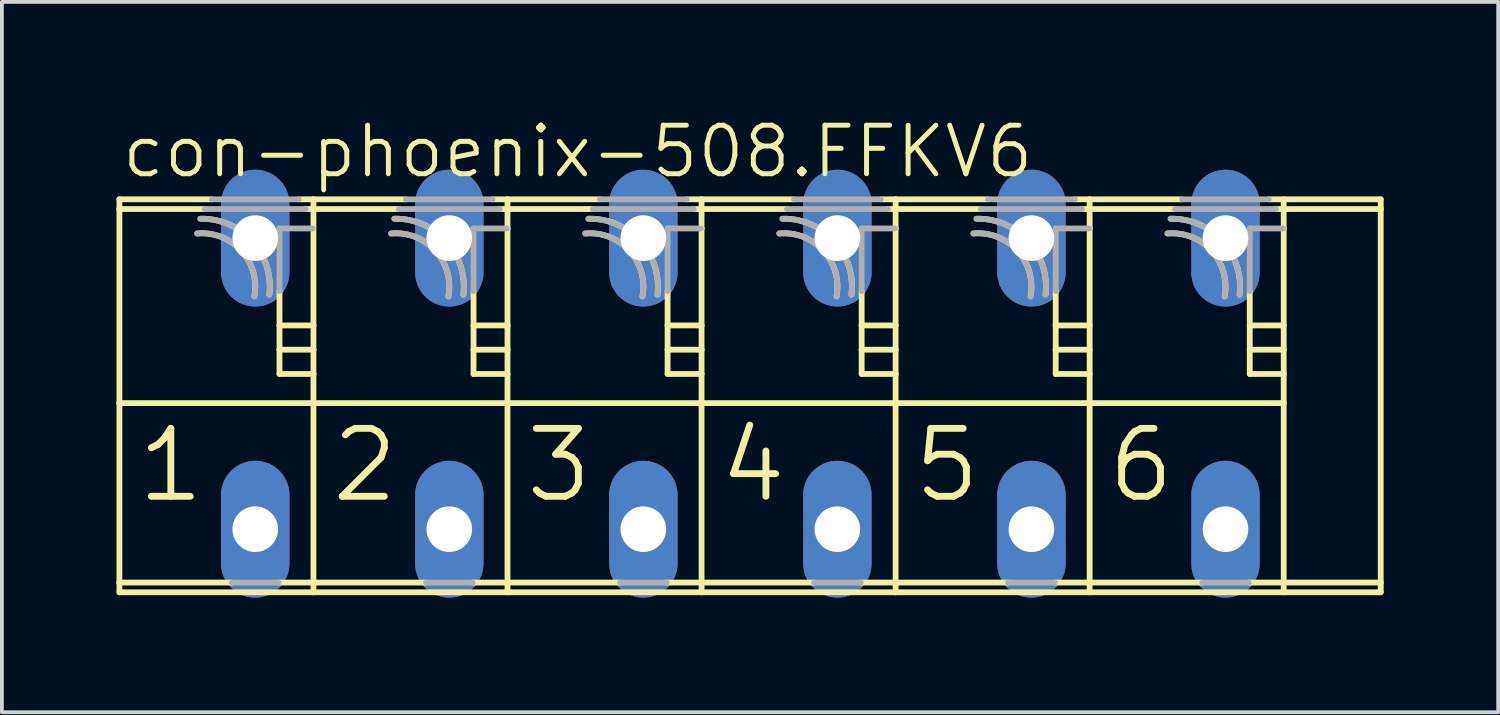
<source format=kicad_pcb>
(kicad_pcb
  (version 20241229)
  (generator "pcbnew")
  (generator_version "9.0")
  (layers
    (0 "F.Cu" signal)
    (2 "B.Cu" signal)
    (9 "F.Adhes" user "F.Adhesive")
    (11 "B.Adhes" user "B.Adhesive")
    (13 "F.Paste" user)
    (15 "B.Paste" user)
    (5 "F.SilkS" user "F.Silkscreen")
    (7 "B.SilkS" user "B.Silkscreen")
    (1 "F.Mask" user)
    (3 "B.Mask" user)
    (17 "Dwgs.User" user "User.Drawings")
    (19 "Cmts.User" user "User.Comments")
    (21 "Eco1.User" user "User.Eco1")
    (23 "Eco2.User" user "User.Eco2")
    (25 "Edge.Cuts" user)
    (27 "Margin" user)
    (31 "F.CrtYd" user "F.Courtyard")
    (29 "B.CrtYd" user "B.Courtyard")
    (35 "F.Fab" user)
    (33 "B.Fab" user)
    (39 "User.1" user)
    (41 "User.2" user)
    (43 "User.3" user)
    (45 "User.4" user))
  (footprint "con-phoenix-508.FFKV6"
    (layer "F.Cu")
    (at 16.332 6.994)
    (property "Reference" "con-phoenix-508.FFKV6" (at -16.256 -5.334 0) (layer "F.SilkS") (effects (font (size 1.27 1.27) (thickness 0.13)) (justify left bottom)))
    (attr through_hole)
    (fp_line (start -16.256 -4.572) (end -16.256 -4.826) (stroke (width 0.152) (type default)) (layer "F.SilkS"))
    (fp_line (start -16.256 -4.572) (end -14.02 -4.572) (stroke (width 0.152) (type default)) (layer "F.SilkS"))
    (fp_line (start -16.256 0.508) (end -16.256 -4.572) (stroke (width 0.152) (type default)) (layer "F.SilkS"))
    (fp_line (start -16.256 0.508) (end -11.176 0.508) (stroke (width 0.152) (type default)) (layer "F.SilkS"))
    (fp_line (start -16.256 5.207) (end -16.256 0.508) (stroke (width 0.152) (type default)) (layer "F.SilkS"))
    (fp_line (start -16.256 5.207) (end -13.309 5.207) (stroke (width 0.152) (type default)) (layer "F.SilkS"))
    (fp_line (start -16.256 5.461) (end -16.256 5.207) (stroke (width 0.152) (type default)) (layer "F.SilkS"))
    (fp_line (start -13.836 -4.826) (end -16.256 -4.826) (stroke (width 0.152) (type default)) (layer "F.SilkS"))
    (fp_line (start -12.091 5.207) (end -11.176 5.207) (stroke (width 0.152) (type default)) (layer "F.SilkS"))
    (fp_line (start -12.065 -1.524) (end -12.065 -2.425) (stroke (width 0.152) (type default)) (layer "F.SilkS"))
    (fp_line (start -12.065 -0.889) (end -12.065 -1.524) (stroke (width 0.152) (type default)) (layer "F.SilkS"))
    (fp_line (start -12.065 -0.254) (end -12.065 -0.889) (stroke (width 0.152) (type default)) (layer "F.SilkS"))
    (fp_line (start -11.38 -4.572) (end -11.176 -4.572) (stroke (width 0.152) (type default)) (layer "F.SilkS"))
    (fp_line (start -11.176 -4.826) (end -11.564 -4.826) (stroke (width 0.152) (type default)) (layer "F.SilkS"))
    (fp_line (start -11.176 -4.572) (end -11.176 -4.826) (stroke (width 0.152) (type default)) (layer "F.SilkS"))
    (fp_line (start -11.176 -4.572) (end -8.94 -4.572) (stroke (width 0.152) (type default)) (layer "F.SilkS"))
    (fp_line (start -11.176 -1.524) (end -12.065 -1.524) (stroke (width 0.152) (type default)) (layer "F.SilkS"))
    (fp_line (start -11.176 -1.524) (end -11.176 -4.572) (stroke (width 0.152) (type default)) (layer "F.SilkS"))
    (fp_line (start -11.176 -0.889) (end -12.065 -0.889) (stroke (width 0.152) (type default)) (layer "F.SilkS"))
    (fp_line (start -11.176 -0.889) (end -11.176 -1.524) (stroke (width 0.152) (type default)) (layer "F.SilkS"))
    (fp_line (start -11.176 -0.254) (end -12.065 -0.254) (stroke (width 0.152) (type default)) (layer "F.SilkS"))
    (fp_line (start -11.176 -0.254) (end -11.176 -0.889) (stroke (width 0.152) (type default)) (layer "F.SilkS"))
    (fp_line (start -11.176 0.508) (end -11.176 -0.254) (stroke (width 0.152) (type default)) (layer "F.SilkS"))
    (fp_line (start -11.176 0.508) (end -6.096 0.508) (stroke (width 0.152) (type default)) (layer "F.SilkS"))
    (fp_line (start -11.176 5.207) (end -11.176 0.508) (stroke (width 0.152) (type default)) (layer "F.SilkS"))
    (fp_line (start -11.176 5.207) (end -8.229 5.207) (stroke (width 0.152) (type default)) (layer "F.SilkS"))
    (fp_line (start -11.176 5.461) (end -16.256 5.461) (stroke (width 0.152) (type default)) (layer "F.SilkS"))
    (fp_line (start -11.176 5.461) (end -11.176 5.207) (stroke (width 0.152) (type default)) (layer "F.SilkS"))
    (fp_line (start -8.756 -4.826) (end -11.176 -4.826) (stroke (width 0.152) (type default)) (layer "F.SilkS"))
    (fp_line (start -7.011 5.207) (end -6.096 5.207) (stroke (width 0.152) (type default)) (layer "F.SilkS"))
    (fp_line (start -6.985 -1.524) (end -6.985 -2.425) (stroke (width 0.152) (type default)) (layer "F.SilkS"))
    (fp_line (start -6.985 -0.889) (end -6.985 -1.524) (stroke (width 0.152) (type default)) (layer "F.SilkS"))
    (fp_line (start -6.985 -0.254) (end -6.985 -0.889) (stroke (width 0.152) (type default)) (layer "F.SilkS"))
    (fp_line (start -6.3 -4.572) (end -6.096 -4.572) (stroke (width 0.152) (type default)) (layer "F.SilkS"))
    (fp_line (start -6.117 -4.064) (end -6.096 -4.064) (stroke (width 0.152) (type default)) (layer "F.SilkS"))
    (fp_line (start -6.096 -4.826) (end -6.484 -4.826) (stroke (width 0.152) (type default)) (layer "F.SilkS"))
    (fp_line (start -6.096 -4.572) (end -6.096 -4.826) (stroke (width 0.152) (type default)) (layer "F.SilkS"))
    (fp_line (start -6.096 -4.572) (end -3.86 -4.572) (stroke (width 0.152) (type default)) (layer "F.SilkS"))
    (fp_line (start -6.096 -4.064) (end -6.096 -4.572) (stroke (width 0.152) (type default)) (layer "F.SilkS"))
    (fp_line (start -6.096 -1.524) (end -6.985 -1.524) (stroke (width 0.152) (type default)) (layer "F.SilkS"))
    (fp_line (start -6.096 -1.524) (end -6.096 -4.064) (stroke (width 0.152) (type default)) (layer "F.SilkS"))
    (fp_line (start -6.096 -0.889) (end -6.985 -0.889) (stroke (width 0.152) (type default)) (layer "F.SilkS"))
    (fp_line (start -6.096 -0.889) (end -6.096 -1.524) (stroke (width 0.152) (type default)) (layer "F.SilkS"))
    (fp_line (start -6.096 -0.254) (end -6.985 -0.254) (stroke (width 0.152) (type default)) (layer "F.SilkS"))
    (fp_line (start -6.096 -0.254) (end -6.096 -0.889) (stroke (width 0.152) (type default)) (layer "F.SilkS"))
    (fp_line (start -6.096 0.508) (end -6.096 -0.254) (stroke (width 0.152) (type default)) (layer "F.SilkS"))
    (fp_line (start -6.096 0.508) (end -1.016 0.508) (stroke (width 0.152) (type default)) (layer "F.SilkS"))
    (fp_line (start -6.096 5.207) (end -6.096 0.508) (stroke (width 0.152) (type default)) (layer "F.SilkS"))
    (fp_line (start -6.096 5.207) (end -3.149 5.207) (stroke (width 0.152) (type default)) (layer "F.SilkS"))
    (fp_line (start -6.096 5.461) (end -11.176 5.461) (stroke (width 0.152) (type default)) (layer "F.SilkS"))
    (fp_line (start -6.096 5.461) (end -6.096 5.207) (stroke (width 0.152) (type default)) (layer "F.SilkS"))
    (fp_line (start -3.676 -4.826) (end -6.096 -4.826) (stroke (width 0.152) (type default)) (layer "F.SilkS"))
    (fp_line (start -1.931 5.207) (end -1.016 5.207) (stroke (width 0.152) (type default)) (layer "F.SilkS"))
    (fp_line (start -1.905 -1.524) (end -1.905 -2.425) (stroke (width 0.152) (type default)) (layer "F.SilkS"))
    (fp_line (start -1.905 -0.889) (end -1.905 -1.524) (stroke (width 0.152) (type default)) (layer "F.SilkS"))
    (fp_line (start -1.905 -0.254) (end -1.905 -0.889) (stroke (width 0.152) (type default)) (layer "F.SilkS"))
    (fp_line (start -1.22 -4.572) (end -1.016 -4.572) (stroke (width 0.152) (type default)) (layer "F.SilkS"))
    (fp_line (start -1.037 -4.064) (end -1.016 -4.064) (stroke (width 0.152) (type default)) (layer "F.SilkS"))
    (fp_line (start -1.016 -4.826) (end -1.404 -4.826) (stroke (width 0.152) (type default)) (layer "F.SilkS"))
    (fp_line (start -1.016 -4.572) (end -1.016 -4.826) (stroke (width 0.152) (type default)) (layer "F.SilkS"))
    (fp_line (start -1.016 -4.572) (end 1.22 -4.572) (stroke (width 0.152) (type default)) (layer "F.SilkS"))
    (fp_line (start -1.016 -4.064) (end -1.016 -4.572) (stroke (width 0.152) (type default)) (layer "F.SilkS"))
    (fp_line (start -1.016 -1.524) (end -1.905 -1.524) (stroke (width 0.152) (type default)) (layer "F.SilkS"))
    (fp_line (start -1.016 -1.524) (end -1.016 -4.064) (stroke (width 0.152) (type default)) (layer "F.SilkS"))
    (fp_line (start -1.016 -0.889) (end -1.905 -0.889) (stroke (width 0.152) (type default)) (layer "F.SilkS"))
    (fp_line (start -1.016 -0.889) (end -1.016 -1.524) (stroke (width 0.152) (type default)) (layer "F.SilkS"))
    (fp_line (start -1.016 -0.254) (end -1.905 -0.254) (stroke (width 0.152) (type default)) (layer "F.SilkS"))
    (fp_line (start -1.016 -0.254) (end -1.016 -0.889) (stroke (width 0.152) (type default)) (layer "F.SilkS"))
    (fp_line (start -1.016 0.508) (end -1.016 -0.254) (stroke (width 0.152) (type default)) (layer "F.SilkS"))
    (fp_line (start -1.016 0.508) (end 4.064 0.508) (stroke (width 0.152) (type default)) (layer "F.SilkS"))
    (fp_line (start -1.016 5.207) (end -1.016 0.508) (stroke (width 0.152) (type default)) (layer "F.SilkS"))
    (fp_line (start -1.016 5.207) (end 1.931 5.207) (stroke (width 0.152) (type default)) (layer "F.SilkS"))
    (fp_line (start -1.016 5.461) (end -6.096 5.461) (stroke (width 0.152) (type default)) (layer "F.SilkS"))
    (fp_line (start -1.016 5.461) (end -1.016 5.207) (stroke (width 0.152) (type default)) (layer "F.SilkS"))
    (fp_line (start 1.404 -4.826) (end -1.016 -4.826) (stroke (width 0.152) (type default)) (layer "F.SilkS"))
    (fp_line (start 3.149 5.207) (end 4.064 5.207) (stroke (width 0.152) (type default)) (layer "F.SilkS"))
    (fp_line (start 3.175 -1.524) (end 3.175 -2.425) (stroke (width 0.152) (type default)) (layer "F.SilkS"))
    (fp_line (start 3.175 -0.889) (end 3.175 -1.524) (stroke (width 0.152) (type default)) (layer "F.SilkS"))
    (fp_line (start 3.175 -0.254) (end 3.175 -0.889) (stroke (width 0.152) (type default)) (layer "F.SilkS"))
    (fp_line (start 3.86 -4.572) (end 4.064 -4.572) (stroke (width 0.152) (type default)) (layer "F.SilkS"))
    (fp_line (start 4.043 -4.064) (end 4.064 -4.064) (stroke (width 0.152) (type default)) (layer "F.SilkS"))
    (fp_line (start 4.064 -4.826) (end 3.676 -4.826) (stroke (width 0.152) (type default)) (layer "F.SilkS"))
    (fp_line (start 4.064 -4.572) (end 4.064 -4.826) (stroke (width 0.152) (type default)) (layer "F.SilkS"))
    (fp_line (start 4.064 -4.572) (end 6.3 -4.572) (stroke (width 0.152) (type default)) (layer "F.SilkS"))
    (fp_line (start 4.064 -4.064) (end 4.064 -4.572) (stroke (width 0.152) (type default)) (layer "F.SilkS"))
    (fp_line (start 4.064 -1.524) (end 3.175 -1.524) (stroke (width 0.152) (type default)) (layer "F.SilkS"))
    (fp_line (start 4.064 -1.524) (end 4.064 -4.064) (stroke (width 0.152) (type default)) (layer "F.SilkS"))
    (fp_line (start 4.064 -0.889) (end 3.175 -0.889) (stroke (width 0.152) (type default)) (layer "F.SilkS"))
    (fp_line (start 4.064 -0.889) (end 4.064 -1.524) (stroke (width 0.152) (type default)) (layer "F.SilkS"))
    (fp_line (start 4.064 -0.254) (end 3.175 -0.254) (stroke (width 0.152) (type default)) (layer "F.SilkS"))
    (fp_line (start 4.064 -0.254) (end 4.064 -0.889) (stroke (width 0.152) (type default)) (layer "F.SilkS"))
    (fp_line (start 4.064 0.508) (end 4.064 -0.254) (stroke (width 0.152) (type default)) (layer "F.SilkS"))
    (fp_line (start 4.064 0.508) (end 9.144 0.508) (stroke (width 0.152) (type default)) (layer "F.SilkS"))
    (fp_line (start 4.064 5.207) (end 4.064 0.508) (stroke (width 0.152) (type default)) (layer "F.SilkS"))
    (fp_line (start 4.064 5.207) (end 7.011 5.207) (stroke (width 0.152) (type default)) (layer "F.SilkS"))
    (fp_line (start 4.064 5.461) (end -1.016 5.461) (stroke (width 0.152) (type default)) (layer "F.SilkS"))
    (fp_line (start 4.064 5.461) (end 4.064 5.207) (stroke (width 0.152) (type default)) (layer "F.SilkS"))
    (fp_line (start 6.484 -4.826) (end 4.064 -4.826) (stroke (width 0.152) (type default)) (layer "F.SilkS"))
    (fp_line (start 8.229 5.207) (end 9.144 5.207) (stroke (width 0.152) (type default)) (layer "F.SilkS"))
    (fp_line (start 8.255 -1.524) (end 8.255 -2.425) (stroke (width 0.152) (type default)) (layer "F.SilkS"))
    (fp_line (start 8.255 -0.889) (end 8.255 -1.524) (stroke (width 0.152) (type default)) (layer "F.SilkS"))
    (fp_line (start 8.255 -0.254) (end 8.255 -0.889) (stroke (width 0.152) (type default)) (layer "F.SilkS"))
    (fp_line (start 8.94 -4.572) (end 9.144 -4.572) (stroke (width 0.152) (type default)) (layer "F.SilkS"))
    (fp_line (start 9.123 -4.064) (end 9.144 -4.064) (stroke (width 0.152) (type default)) (layer "F.SilkS"))
    (fp_line (start 9.144 -4.826) (end 8.756 -4.826) (stroke (width 0.152) (type default)) (layer "F.SilkS"))
    (fp_line (start 9.144 -4.572) (end 9.144 -4.826) (stroke (width 0.152) (type default)) (layer "F.SilkS"))
    (fp_line (start 9.144 -4.572) (end 11.38 -4.572) (stroke (width 0.152) (type default)) (layer "F.SilkS"))
    (fp_line (start 9.144 -4.064) (end 9.144 -4.572) (stroke (width 0.152) (type default)) (layer "F.SilkS"))
    (fp_line (start 9.144 -1.524) (end 8.255 -1.524) (stroke (width 0.152) (type default)) (layer "F.SilkS"))
    (fp_line (start 9.144 -0.889) (end 8.255 -0.889) (stroke (width 0.152) (type default)) (layer "F.SilkS"))
    (fp_line (start 9.144 -0.254) (end 8.255 -0.254) (stroke (width 0.152) (type default)) (layer "F.SilkS"))
    (fp_line (start 9.144 0.508) (end 9.144 -4.064) (stroke (width 0.152) (type default)) (layer "F.SilkS"))
    (fp_line (start 9.144 0.508) (end 14.224 0.508) (stroke (width 0.152) (type default)) (layer "F.SilkS"))
    (fp_line (start 9.144 5.207) (end 9.144 0.508) (stroke (width 0.152) (type default)) (layer "F.SilkS"))
    (fp_line (start 9.144 5.207) (end 12.091 5.207) (stroke (width 0.152) (type default)) (layer "F.SilkS"))
    (fp_line (start 9.144 5.461) (end 4.064 5.461) (stroke (width 0.152) (type default)) (layer "F.SilkS"))
    (fp_line (start 9.144 5.461) (end 9.144 5.207) (stroke (width 0.152) (type default)) (layer "F.SilkS"))
    (fp_line (start 11.564 -4.826) (end 9.144 -4.826) (stroke (width 0.152) (type default)) (layer "F.SilkS"))
    (fp_line (start 13.335 -1.524) (end 13.335 -2.425) (stroke (width 0.152) (type default)) (layer "F.SilkS"))
    (fp_line (start 13.335 -0.889) (end 13.335 -1.524) (stroke (width 0.152) (type default)) (layer "F.SilkS"))
    (fp_line (start 13.335 -0.254) (end 13.335 -0.889) (stroke (width 0.152) (type default)) (layer "F.SilkS"))
    (fp_line (start 14.203 -4.064) (end 14.224 -4.064) (stroke (width 0.152) (type default)) (layer "F.SilkS"))
    (fp_line (start 14.224 -4.064) (end 14.224 -4.826) (stroke (width 0.152) (type default)) (layer "F.SilkS"))
    (fp_line (start 14.224 -1.524) (end 13.335 -1.524) (stroke (width 0.152) (type default)) (layer "F.SilkS"))
    (fp_line (start 14.224 -1.524) (end 14.224 -4.064) (stroke (width 0.152) (type default)) (layer "F.SilkS"))
    (fp_line (start 14.224 -0.889) (end 13.335 -0.889) (stroke (width 0.152) (type default)) (layer "F.SilkS"))
    (fp_line (start 14.224 -0.889) (end 14.224 -1.524) (stroke (width 0.152) (type default)) (layer "F.SilkS"))
    (fp_line (start 14.224 -0.254) (end 13.335 -0.254) (stroke (width 0.152) (type default)) (layer "F.SilkS"))
    (fp_line (start 14.224 -0.254) (end 14.224 -0.889) (stroke (width 0.152) (type default)) (layer "F.SilkS"))
    (fp_line (start 14.224 0.508) (end 14.224 -0.254) (stroke (width 0.152) (type default)) (layer "F.SilkS"))
    (fp_line (start 14.224 5.461) (end 14.224 0.508) (stroke (width 0.152) (type default)) (layer "F.SilkS"))
    (fp_line (start 16.764 -4.826) (end 13.836 -4.826) (stroke (width 0.152) (type default)) (layer "F.SilkS"))
    (fp_line (start 16.764 -4.572) (end 14.02 -4.572) (stroke (width 0.152) (type default)) (layer "F.SilkS"))
    (fp_line (start 16.764 -4.572) (end 16.764 -4.826) (stroke (width 0.152) (type default)) (layer "F.SilkS"))
    (fp_line (start 16.764 5.207) (end 13.309 5.207) (stroke (width 0.152) (type default)) (layer "F.SilkS"))
    (fp_line (start 16.764 5.207) (end 16.764 -4.572) (stroke (width 0.152) (type default)) (layer "F.SilkS"))
    (fp_line (start 16.764 5.461) (end 9.144 5.461) (stroke (width 0.152) (type default)) (layer "F.SilkS"))
    (fp_line (start 16.764 5.461) (end 16.764 5.207) (stroke (width 0.152) (type default)) (layer "F.SilkS"))
    (fp_arc (start -14.2192 -3.9317) (mid -13.063175 -3.479821) (end -12.7228 -2.2862) (stroke (width 0.1524) (type default)) (layer "F.SilkS"))
    (fp_arc (start -14.1369 -4.3175) (mid -12.781183 -3.735951) (end -12.3308 -2.3312) (stroke (width 0.1524) (type default)) (layer "F.SilkS"))
    (fp_arc (start -9.1392 -3.9317) (mid -7.983175 -3.479821) (end -7.6428 -2.2862) (stroke (width 0.1524) (type default)) (layer "F.SilkS"))
    (fp_arc (start -9.0569 -4.3175) (mid -7.701183 -3.735951) (end -7.2508 -2.3312) (stroke (width 0.1524) (type default)) (layer "F.SilkS"))
    (fp_arc (start -4.0592 -3.9317) (mid -2.903175 -3.479821) (end -2.5628 -2.2862) (stroke (width 0.1524) (type default)) (layer "F.SilkS"))
    (fp_arc (start -3.9769 -4.3175) (mid -2.621183 -3.735951) (end -2.1708 -2.3312) (stroke (width 0.1524) (type default)) (layer "F.SilkS"))
    (fp_arc (start 1.0208 -3.9317) (mid 2.176825 -3.479821) (end 2.5172 -2.2862) (stroke (width 0.1524) (type default)) (layer "F.SilkS"))
    (fp_arc (start 1.1031 -4.3175) (mid 2.458817 -3.735951) (end 2.9092 -2.3312) (stroke (width 0.1524) (type default)) (layer "F.SilkS"))
    (fp_arc (start 6.1008 -3.9317) (mid 7.256825 -3.479821) (end 7.5972 -2.2862) (stroke (width 0.1524) (type default)) (layer "F.SilkS"))
    (fp_arc (start 6.1831 -4.3175) (mid 7.538817 -3.735951) (end 7.9892 -2.3312) (stroke (width 0.1524) (type default)) (layer "F.SilkS"))
    (fp_arc (start 11.1808 -3.9317) (mid 12.336825 -3.479821) (end 12.6772 -2.2862) (stroke (width 0.1524) (type default)) (layer "F.SilkS"))
    (fp_arc (start 11.2631 -4.3175) (mid 12.618817 -3.735951) (end 13.0692 -2.3312) (stroke (width 0.1524) (type default)) (layer "F.SilkS"))
    (fp_line (start -14.02 -4.572) (end -11.38 -4.572) (stroke (width 0.152) (type default)) (layer "F.Fab"))
    (fp_line (start -13.309 5.207) (end -12.091 5.207) (stroke (width 0.152) (type default)) (layer "F.Fab"))
    (fp_line (start -12.065 -4.064) (end -11.197 -4.064) (stroke (width 0.152) (type default)) (layer "F.Fab"))
    (fp_line (start -12.065 -2.425) (end -12.065 -4.064) (stroke (width 0.152) (type default)) (layer "F.Fab"))
    (fp_line (start -11.564 -4.826) (end -13.836 -4.826) (stroke (width 0.152) (type default)) (layer "F.Fab"))
    (fp_line (start -8.94 -4.572) (end -6.3 -4.572) (stroke (width 0.152) (type default)) (layer "F.Fab"))
    (fp_line (start -8.229 5.207) (end -7.011 5.207) (stroke (width 0.152) (type default)) (layer "F.Fab"))
    (fp_line (start -6.985 -4.064) (end -6.117 -4.064) (stroke (width 0.152) (type default)) (layer "F.Fab"))
    (fp_line (start -6.985 -2.425) (end -6.985 -4.064) (stroke (width 0.152) (type default)) (layer "F.Fab"))
    (fp_line (start -6.484 -4.826) (end -8.756 -4.826) (stroke (width 0.152) (type default)) (layer "F.Fab"))
    (fp_line (start -3.86 -4.572) (end -1.22 -4.572) (stroke (width 0.152) (type default)) (layer "F.Fab"))
    (fp_line (start -3.149 5.207) (end -1.931 5.207) (stroke (width 0.152) (type default)) (layer "F.Fab"))
    (fp_line (start -1.905 -4.064) (end -1.037 -4.064) (stroke (width 0.152) (type default)) (layer "F.Fab"))
    (fp_line (start -1.905 -2.425) (end -1.905 -4.064) (stroke (width 0.152) (type default)) (layer "F.Fab"))
    (fp_line (start -1.404 -4.826) (end -3.676 -4.826) (stroke (width 0.152) (type default)) (layer "F.Fab"))
    (fp_line (start 1.22 -4.572) (end 3.86 -4.572) (stroke (width 0.152) (type default)) (layer "F.Fab"))
    (fp_line (start 1.931 5.207) (end 3.149 5.207) (stroke (width 0.152) (type default)) (layer "F.Fab"))
    (fp_line (start 3.175 -4.064) (end 4.043 -4.064) (stroke (width 0.152) (type default)) (layer "F.Fab"))
    (fp_line (start 3.175 -2.425) (end 3.175 -4.064) (stroke (width 0.152) (type default)) (layer "F.Fab"))
    (fp_line (start 3.676 -4.826) (end 1.404 -4.826) (stroke (width 0.152) (type default)) (layer "F.Fab"))
    (fp_line (start 6.3 -4.572) (end 8.94 -4.572) (stroke (width 0.152) (type default)) (layer "F.Fab"))
    (fp_line (start 7.011 5.207) (end 8.229 5.207) (stroke (width 0.152) (type default)) (layer "F.Fab"))
    (fp_line (start 8.255 -4.064) (end 9.123 -4.064) (stroke (width 0.152) (type default)) (layer "F.Fab"))
    (fp_line (start 8.255 -2.425) (end 8.255 -4.064) (stroke (width 0.152) (type default)) (layer "F.Fab"))
    (fp_line (start 8.756 -4.826) (end 6.484 -4.826) (stroke (width 0.152) (type default)) (layer "F.Fab"))
    (fp_line (start 11.38 -4.572) (end 14.02 -4.572) (stroke (width 0.152) (type default)) (layer "F.Fab"))
    (fp_line (start 12.091 5.207) (end 13.309 5.207) (stroke (width 0.152) (type default)) (layer "F.Fab"))
    (fp_line (start 13.335 -4.064) (end 14.203 -4.064) (stroke (width 0.152) (type default)) (layer "F.Fab"))
    (fp_line (start 13.335 -2.425) (end 13.335 -4.064) (stroke (width 0.152) (type default)) (layer "F.Fab"))
    (fp_line (start 13.836 -4.826) (end 11.564 -4.826) (stroke (width 0.152) (type default)) (layer "F.Fab"))
    (fp_arc (start -14.2192 -3.9317) (mid -13.063306 -3.479837) (end -12.7231 -2.2863) (stroke (width 0.1524) (type default)) (layer "F.Fab"))
    (fp_arc (start -14.1369 -4.3175) (mid -12.781248 -3.735936) (end -12.331 -2.3312) (stroke (width 0.1524) (type default)) (layer "F.Fab"))
    (fp_arc (start -9.1392 -3.9317) (mid -7.983306 -3.479837) (end -7.6431 -2.2863) (stroke (width 0.1524) (type default)) (layer "F.Fab"))
    (fp_arc (start -9.0569 -4.3175) (mid -7.701248 -3.735936) (end -7.251 -2.3312) (stroke (width 0.1524) (type default)) (layer "F.Fab"))
    (fp_arc (start -4.0592 -3.9317) (mid -2.903306 -3.479837) (end -2.5631 -2.2863) (stroke (width 0.1524) (type default)) (layer "F.Fab"))
    (fp_arc (start -3.9769 -4.3175) (mid -2.621248 -3.735936) (end -2.171 -2.3312) (stroke (width 0.1524) (type default)) (layer "F.Fab"))
    (fp_arc (start 1.0208 -3.9317) (mid 2.176694 -3.479837) (end 2.5169 -2.2863) (stroke (width 0.1524) (type default)) (layer "F.Fab"))
    (fp_arc (start 1.1031 -4.3175) (mid 2.458752 -3.735936) (end 2.909 -2.3312) (stroke (width 0.1524) (type default)) (layer "F.Fab"))
    (fp_arc (start 6.1008 -3.9317) (mid 7.256694 -3.479837) (end 7.5969 -2.2863) (stroke (width 0.1524) (type default)) (layer "F.Fab"))
    (fp_arc (start 6.1831 -4.3175) (mid 7.538752 -3.735936) (end 7.989 -2.3312) (stroke (width 0.1524) (type default)) (layer "F.Fab"))
    (fp_arc (start 11.1808 -3.9317) (mid 12.336694 -3.479837) (end 12.6769 -2.2863) (stroke (width 0.1524) (type default)) (layer "F.Fab"))
    (fp_arc (start 11.2631 -4.3175) (mid 12.618752 -3.735936) (end 13.069 -2.3312) (stroke (width 0.1524) (type default)) (layer "F.Fab"))
    (fp_text user "4" (at -0.635 3.175 0) (layer "F.SilkS") (effects (font (size 1.778 1.778) (thickness 0.18)) (justify left bottom)))
    (fp_text user "1" (at -15.875 3.175 0) (layer "F.SilkS") (effects (font (size 1.778 1.778) (thickness 0.18)) (justify left bottom)))
    (fp_text user "5" (at 4.445 3.175 0) (layer "F.SilkS") (effects (font (size 1.778 1.778) (thickness 0.18)) (justify left bottom)))
    (fp_text user "3" (at -5.715 3.175 0) (layer "F.SilkS") (effects (font (size 1.778 1.778) (thickness 0.18)) (justify left bottom)))
    (fp_text user "2" (at -10.795 3.175 0) (layer "F.SilkS") (effects (font (size 1.778 1.778) (thickness 0.18)) (justify left bottom)))
    (fp_text user "6" (at 9.525 3.175 0) (layer "F.SilkS") (effects (font (size 1.778 1.778) (thickness 0.18)) (justify left bottom)))
    (pad "1" thru_hole oval (at -12.7 3.81 90) (size 3.581 1.791) (drill 1.194) (layers "*.Cu" "*.Mask"))
    (pad "1A" thru_hole oval (at -12.7 -3.81 90) (size 3.581 1.791) (drill 1.194) (layers "*.Cu" "*.Mask"))
    (pad "2" thru_hole oval (at -7.62 3.81 90) (size 3.581 1.791) (drill 1.194) (layers "*.Cu" "*.Mask"))
    (pad "2A" thru_hole oval (at -7.62 -3.81 90) (size 3.581 1.791) (drill 1.194) (layers "*.Cu" "*.Mask"))
    (pad "3" thru_hole oval (at -2.54 3.81 90) (size 3.581 1.791) (drill 1.194) (layers "*.Cu" "*.Mask"))
    (pad "3A" thru_hole oval (at -2.54 -3.81 90) (size 3.581 1.791) (drill 1.194) (layers "*.Cu" "*.Mask"))
    (pad "4" thru_hole oval (at 2.54 3.81 90) (size 3.581 1.791) (drill 1.194) (layers "*.Cu" "*.Mask"))
    (pad "4A" thru_hole oval (at 2.54 -3.81 90) (size 3.581 1.791) (drill 1.194) (layers "*.Cu" "*.Mask"))
    (pad "5" thru_hole oval (at 7.62 3.81 90) (size 3.581 1.791) (drill 1.194) (layers "*.Cu" "*.Mask"))
    (pad "5A" thru_hole oval (at 7.62 -3.81 90) (size 3.581 1.791) (drill 1.194) (layers "*.Cu" "*.Mask"))
    (pad "6" thru_hole oval (at 12.7 3.81 90) (size 3.581 1.791) (drill 1.194) (layers "*.Cu" "*.Mask"))
    (pad "6A" thru_hole oval (at 12.7 -3.81 90) (size 3.581 1.791) (drill 1.194) (layers "*.Cu" "*.Mask")))
  (gr_rect
    (start -3 -3)
    (end 36.172 15.595)
    (stroke (width 0.1) (type default))
    (fill no)
    (layer "Edge.Cuts")))
</source>
